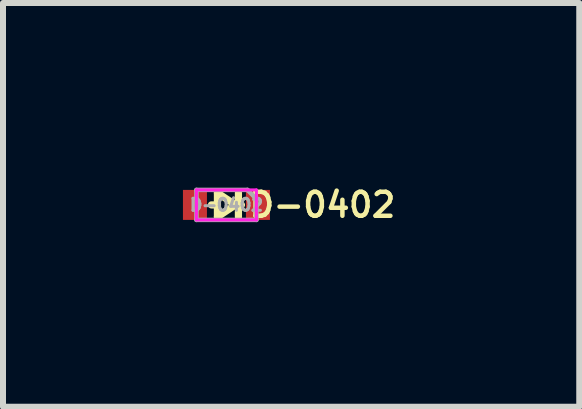
<source format=kicad_pcb>
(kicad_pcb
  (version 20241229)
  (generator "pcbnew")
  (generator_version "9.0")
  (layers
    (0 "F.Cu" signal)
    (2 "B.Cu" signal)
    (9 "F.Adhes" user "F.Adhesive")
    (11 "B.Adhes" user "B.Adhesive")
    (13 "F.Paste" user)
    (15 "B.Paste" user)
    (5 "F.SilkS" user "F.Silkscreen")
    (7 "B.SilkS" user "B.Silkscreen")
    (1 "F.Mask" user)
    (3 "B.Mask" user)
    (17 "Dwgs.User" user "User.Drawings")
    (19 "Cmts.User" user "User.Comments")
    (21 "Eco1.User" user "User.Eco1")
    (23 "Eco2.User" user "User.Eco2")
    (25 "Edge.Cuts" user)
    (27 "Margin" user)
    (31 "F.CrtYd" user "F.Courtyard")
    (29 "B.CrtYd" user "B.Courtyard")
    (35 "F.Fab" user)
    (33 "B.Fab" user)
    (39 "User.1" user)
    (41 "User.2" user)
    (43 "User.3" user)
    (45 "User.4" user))
  (footprint "D-0402"
    (layer "F.Cu")
    (at 0.725 0.366)
    (property "Reference" "D-0402" (at 1.6 0 0) (layer "F.SilkS") (effects (font (size 0.4 0.4) (thickness 0.075))))
    (attr smd)
    (fp_line (start -0.15 -0.2) (end -0.15 0.2) (stroke (width 0.12) (type solid)) (layer "F.SilkS"))
    (fp_line (start -0.15 -0.2) (end 0.15 0) (stroke (width 0.12) (type solid)) (layer "F.SilkS"))
    (fp_line (start -0.15 0) (end -0.25 0) (stroke (width 0.12) (type solid)) (layer "F.SilkS"))
    (fp_line (start 0.15 0) (end -0.15 0.2) (stroke (width 0.12) (type solid)) (layer "F.SilkS"))
    (fp_line (start 0.2 -0.2) (end 0.2 0.2) (stroke (width 0.12) (type solid)) (layer "F.SilkS"))
    (fp_line (start 0.2 0) (end 0.25 0) (stroke (width 0.12) (type solid)) (layer "F.SilkS"))
    (fp_line (start -0.5 -0.25) (end -0.5 0.25) (stroke (width 0.05) (type solid)) (layer "F.CrtYd"))
    (fp_line (start -0.5 0.25) (end 0.5 0.25) (stroke (width 0.05) (type solid)) (layer "F.CrtYd"))
    (fp_line (start 0.5 -0.25) (end -0.5 -0.25) (stroke (width 0.05) (type solid)) (layer "F.CrtYd"))
    (fp_line (start 0.5 0.25) (end 0.5 -0.25) (stroke (width 0.05) (type solid)) (layer "F.CrtYd"))
    (fp_line (start -0.5 -0.25) (end -0.5 0.25) (stroke (width 0.075) (type solid)) (layer "F.Fab"))
    (fp_line (start -0.5 0.25) (end 0.5 0.25) (stroke (width 0.075) (type solid)) (layer "F.Fab"))
    (fp_line (start 0.35 -0.25) (end -0.5 -0.25) (stroke (width 0.075) (type solid)) (layer "F.Fab"))
    (fp_line (start 0.5 -0.1) (end 0.35 -0.25) (stroke (width 0.075) (type solid)) (layer "F.Fab"))
    (fp_line (start 0.5 0.25) (end 0.5 -0.1) (stroke (width 0.075) (type solid)) (layer "F.Fab"))
    (fp_text user "${REFERENCE}" (at 0 0 0) (layer "F.Fab") (effects (font (size 0.2 0.2) (thickness 0.05))))
    (pad "1" smd rect (at 0.525 0 180) (size 0.4 0.5) (layers "F.Cu" "F.Mask" "F.Paste"))
    (pad "2" smd rect (at -0.525 0) (size 0.4 0.5) (layers "F.Cu" "F.Mask" "F.Paste")))
  (gr_rect
    (start -3 -3)
    (end 6.607 3.731)
    (stroke (width 0.1) (type default))
    (fill no)
    (layer "Edge.Cuts")))
</source>
